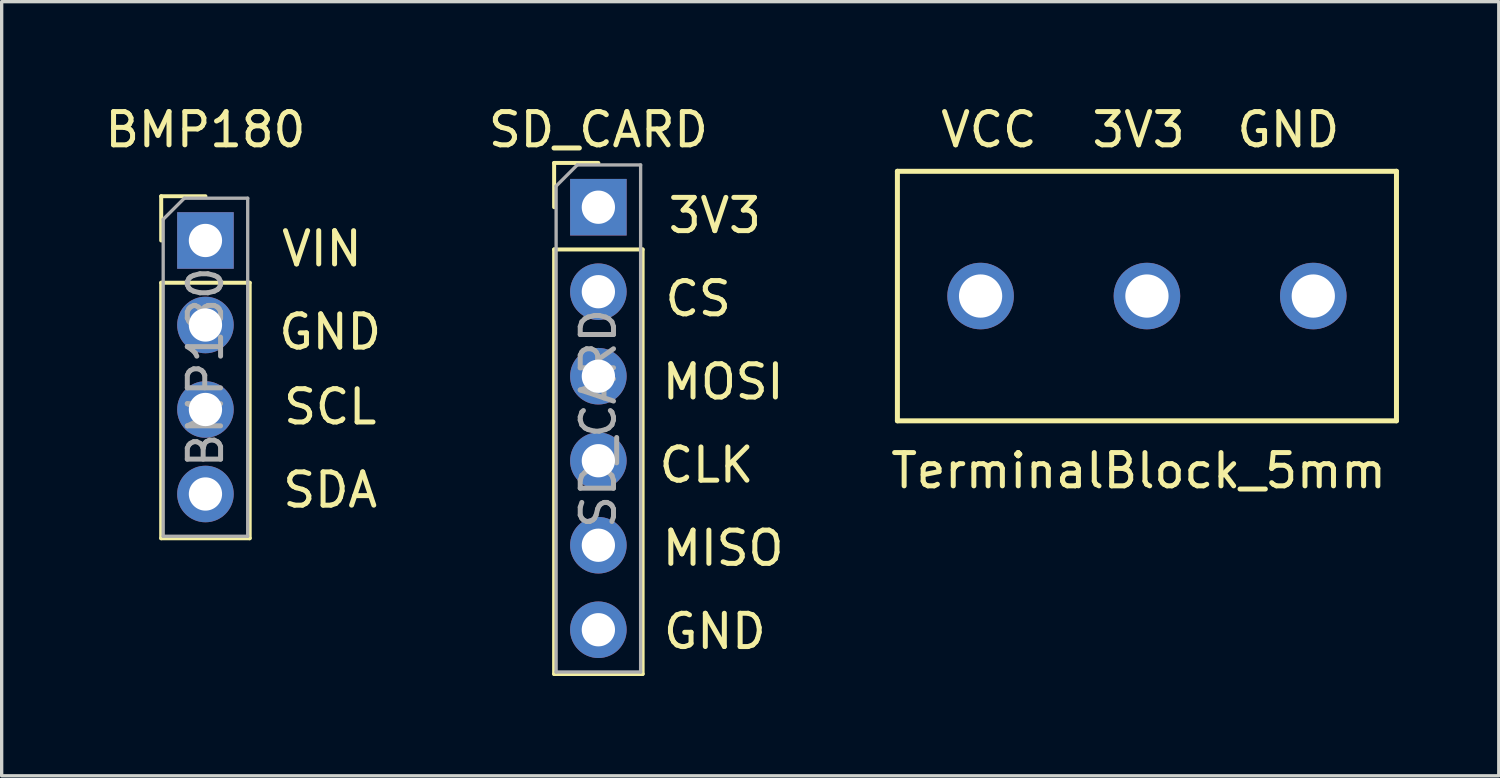
<source format=kicad_pcb>
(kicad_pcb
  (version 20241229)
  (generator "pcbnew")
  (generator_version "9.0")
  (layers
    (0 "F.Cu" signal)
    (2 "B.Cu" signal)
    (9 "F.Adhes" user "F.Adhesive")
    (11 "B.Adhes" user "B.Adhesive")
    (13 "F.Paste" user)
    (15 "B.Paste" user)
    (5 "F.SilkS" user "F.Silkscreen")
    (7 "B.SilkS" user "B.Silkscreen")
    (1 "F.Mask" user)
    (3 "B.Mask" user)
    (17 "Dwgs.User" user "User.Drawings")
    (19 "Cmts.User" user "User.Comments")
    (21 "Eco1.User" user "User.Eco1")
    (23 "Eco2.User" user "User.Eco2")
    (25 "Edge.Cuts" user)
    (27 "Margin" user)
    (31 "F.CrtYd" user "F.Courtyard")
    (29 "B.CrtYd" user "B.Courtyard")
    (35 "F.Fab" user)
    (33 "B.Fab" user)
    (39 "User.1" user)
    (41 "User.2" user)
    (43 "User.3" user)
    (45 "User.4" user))
  (footprint "TerminalBlock_5mm"
    (layer "F.Cu")
    (at 31.423 5.848)
    (property "Reference" "TerminalBlock_5mm" (at -0.25 5.25 0) (layer "F.SilkS") (effects (font (size 1 1) (thickness 0.15))))
    (attr through_hole)
    (fp_line (start -7.5 3.75) (end -7.5 -3.75) (stroke (width 0.15) (type solid)) (layer "F.SilkS"))
    (fp_line (start -7.5 3.75) (end 7.5 3.75) (stroke (width 0.15) (type solid)) (layer "F.SilkS"))
    (fp_line (start 7.5 -3.75) (end -7.5 -3.75) (stroke (width 0.15) (type solid)) (layer "F.SilkS"))
    (fp_line (start 7.5 3.75) (end 7.5 -3.75) (stroke (width 0.15) (type solid)) (layer "F.SilkS"))
    (fp_text user "VCC" (at -4.75 -5 0) (layer "F.SilkS") (effects (font (size 1 1) (thickness 0.15))))
    (fp_text user "3V3" (at -0.25 -5 0) (layer "F.SilkS") (effects (font (size 1 1) (thickness 0.15))))
    (fp_text user "GND" (at 4.25 -5 0) (layer "F.SilkS") (effects (font (size 1 1) (thickness 0.15))))
    (pad "1" thru_hole circle (at -5 0) (size 2 2) (drill 1.3) (layers "*.Cu" "*.Mask"))
    (pad "2" thru_hole circle (at 0 0) (size 2 2) (drill 1.3) (layers "*.Cu" "*.Mask"))
    (pad "3" thru_hole circle (at 5 0) (size 2 2) (drill 1.3) (layers "*.Cu" "*.Mask")))
  (footprint "SD_CARD"
    (layer "F.Cu")
    (at 14.935 9.428)
    (property "Reference" "SD_CARD" (at 0 -8.58 0) (layer "F.SilkS") (effects (font (size 1 1) (thickness 0.15))))
    (attr through_hole)
    (fp_line (start -1.33 -7.58) (end 0 -7.58) (stroke (width 0.12) (type solid)) (layer "F.SilkS"))
    (fp_line (start -1.33 -6.25) (end -1.33 -7.58) (stroke (width 0.12) (type solid)) (layer "F.SilkS"))
    (fp_line (start -1.33 -4.98) (end -1.33 7.78) (stroke (width 0.12) (type solid)) (layer "F.SilkS"))
    (fp_line (start -1.33 -4.98) (end 1.33 -4.98) (stroke (width 0.12) (type solid)) (layer "F.SilkS"))
    (fp_line (start -1.33 7.78) (end 1.33 7.78) (stroke (width 0.12) (type solid)) (layer "F.SilkS"))
    (fp_line (start 1.33 -4.98) (end 1.33 7.78) (stroke (width 0.12) (type solid)) (layer "F.SilkS"))
    (fp_line (start -1.27 -6.885) (end -0.635 -7.52) (stroke (width 0.1) (type solid)) (layer "F.Fab"))
    (fp_line (start -1.27 7.72) (end -1.27 -6.885) (stroke (width 0.1) (type solid)) (layer "F.Fab"))
    (fp_line (start -0.635 -7.52) (end 1.27 -7.52) (stroke (width 0.1) (type solid)) (layer "F.Fab"))
    (fp_line (start 1.27 -7.52) (end 1.27 7.72) (stroke (width 0.1) (type solid)) (layer "F.Fab"))
    (fp_line (start 1.27 7.72) (end -1.27 7.72) (stroke (width 0.1) (type solid)) (layer "F.Fab"))
    (fp_text user "CS" (at 3 -3.5 0) (layer "F.SilkS") (effects (font (size 1 1) (thickness 0.15))))
    (fp_text user "3V3" (at 3.5 -6 0) (layer "F.SilkS") (effects (font (size 1 1) (thickness 0.15))))
    (fp_text user "MISO" (at 3.75 4 0) (layer "F.SilkS") (effects (font (size 1 1) (thickness 0.15))))
    (fp_text user "MOSI" (at 3.75 -1 0) (layer "F.SilkS") (effects (font (size 1 1) (thickness 0.15))))
    (fp_text user "CLK" (at 3.25 1.5 0) (layer "F.SilkS") (effects (font (size 1 1) (thickness 0.15))))
    (fp_text user "GND" (at 3.5 6.5 0) (layer "F.SilkS") (effects (font (size 1 1) (thickness 0.15))))
    (fp_text user "${REFERENCE}" (at 0 0.1 90) (layer "F.Fab") (effects (font (size 1 1) (thickness 0.15))))
    (pad "1" thru_hole rect (at 0 -6.25) (size 1.7 1.7) (drill 1) (layers "*.Cu" "*.Mask"))
    (pad "2" thru_hole oval (at 0 -3.71) (size 1.7 1.7) (drill 1) (layers "*.Cu" "*.Mask"))
    (pad "3" thru_hole oval (at 0 -1.17) (size 1.7 1.7) (drill 1) (layers "*.Cu" "*.Mask"))
    (pad "4" thru_hole oval (at 0 1.37) (size 1.7 1.7) (drill 1) (layers "*.Cu" "*.Mask"))
    (pad "5" thru_hole oval (at 0 3.91) (size 1.7 1.7) (drill 1) (layers "*.Cu" "*.Mask"))
    (pad "6" thru_hole oval (at 0 6.45) (size 1.7 1.7) (drill 1) (layers "*.Cu" "*.Mask")))
  (footprint "BMP180"
    (layer "F.Cu")
    (at 3.375 8.178)
    (property "Reference" "BMP180" (at -0.25 -7.33 0) (layer "F.SilkS") (effects (font (size 1 1) (thickness 0.15))))
    (attr through_hole)
    (fp_line (start -1.58 -5.33) (end -0.25 -5.33) (stroke (width 0.12) (type solid)) (layer "F.SilkS"))
    (fp_line (start -1.58 -4) (end -1.58 -5.33) (stroke (width 0.12) (type solid)) (layer "F.SilkS"))
    (fp_line (start -1.58 -2.73) (end -1.58 4.95) (stroke (width 0.12) (type solid)) (layer "F.SilkS"))
    (fp_line (start -1.58 -2.73) (end 1.08 -2.73) (stroke (width 0.12) (type solid)) (layer "F.SilkS"))
    (fp_line (start -1.58 4.95) (end 1.08 4.95) (stroke (width 0.12) (type solid)) (layer "F.SilkS"))
    (fp_line (start 1.08 -2.73) (end 1.08 4.95) (stroke (width 0.12) (type solid)) (layer "F.SilkS"))
    (fp_line (start -1.52 -4.635) (end -0.885 -5.27) (stroke (width 0.1) (type solid)) (layer "F.Fab"))
    (fp_line (start -1.52 4.89) (end -1.52 -4.635) (stroke (width 0.1) (type solid)) (layer "F.Fab"))
    (fp_line (start -0.885 -5.27) (end 1.02 -5.27) (stroke (width 0.1) (type solid)) (layer "F.Fab"))
    (fp_line (start 1.02 -5.27) (end 1.02 4.89) (stroke (width 0.1) (type solid)) (layer "F.Fab"))
    (fp_line (start 1.02 4.89) (end -1.52 4.89) (stroke (width 0.1) (type solid)) (layer "F.Fab"))
    (fp_text user "SCL" (at 3.5 1 0) (layer "F.SilkS") (effects (font (size 1 1) (thickness 0.15))))
    (fp_text user "VIN" (at 3.25 -3.75 0) (layer "F.SilkS") (effects (font (size 1 1) (thickness 0.15))))
    (fp_text user "SDA" (at 3.5 3.5 0) (layer "F.SilkS") (effects (font (size 1 1) (thickness 0.15))))
    (fp_text user "GND" (at 3.5 -1.25 0) (layer "F.SilkS") (effects (font (size 1 1) (thickness 0.15))))
    (fp_text user "${REFERENCE}" (at -0.25 -0.19 90) (layer "F.Fab") (effects (font (size 1 1) (thickness 0.15))))
    (pad "1" thru_hole rect (at -0.25 -4) (size 1.7 1.7) (drill 1) (layers "*.Cu" "*.Mask"))
    (pad "2" thru_hole oval (at -0.25 -1.46) (size 1.7 1.7) (drill 1) (layers "*.Cu" "*.Mask"))
    (pad "3" thru_hole oval (at -0.25 1.08) (size 1.7 1.7) (drill 1) (layers "*.Cu" "*.Mask"))
    (pad "4" thru_hole oval (at -0.25 3.62) (size 1.7 1.7) (drill 1) (layers "*.Cu" "*.Mask")))
  (gr_rect
    (start -3 -3)
    (end 41.998 20.268)
    (stroke (width 0.1) (type default))
    (fill no)
    (layer "Edge.Cuts")))
</source>
